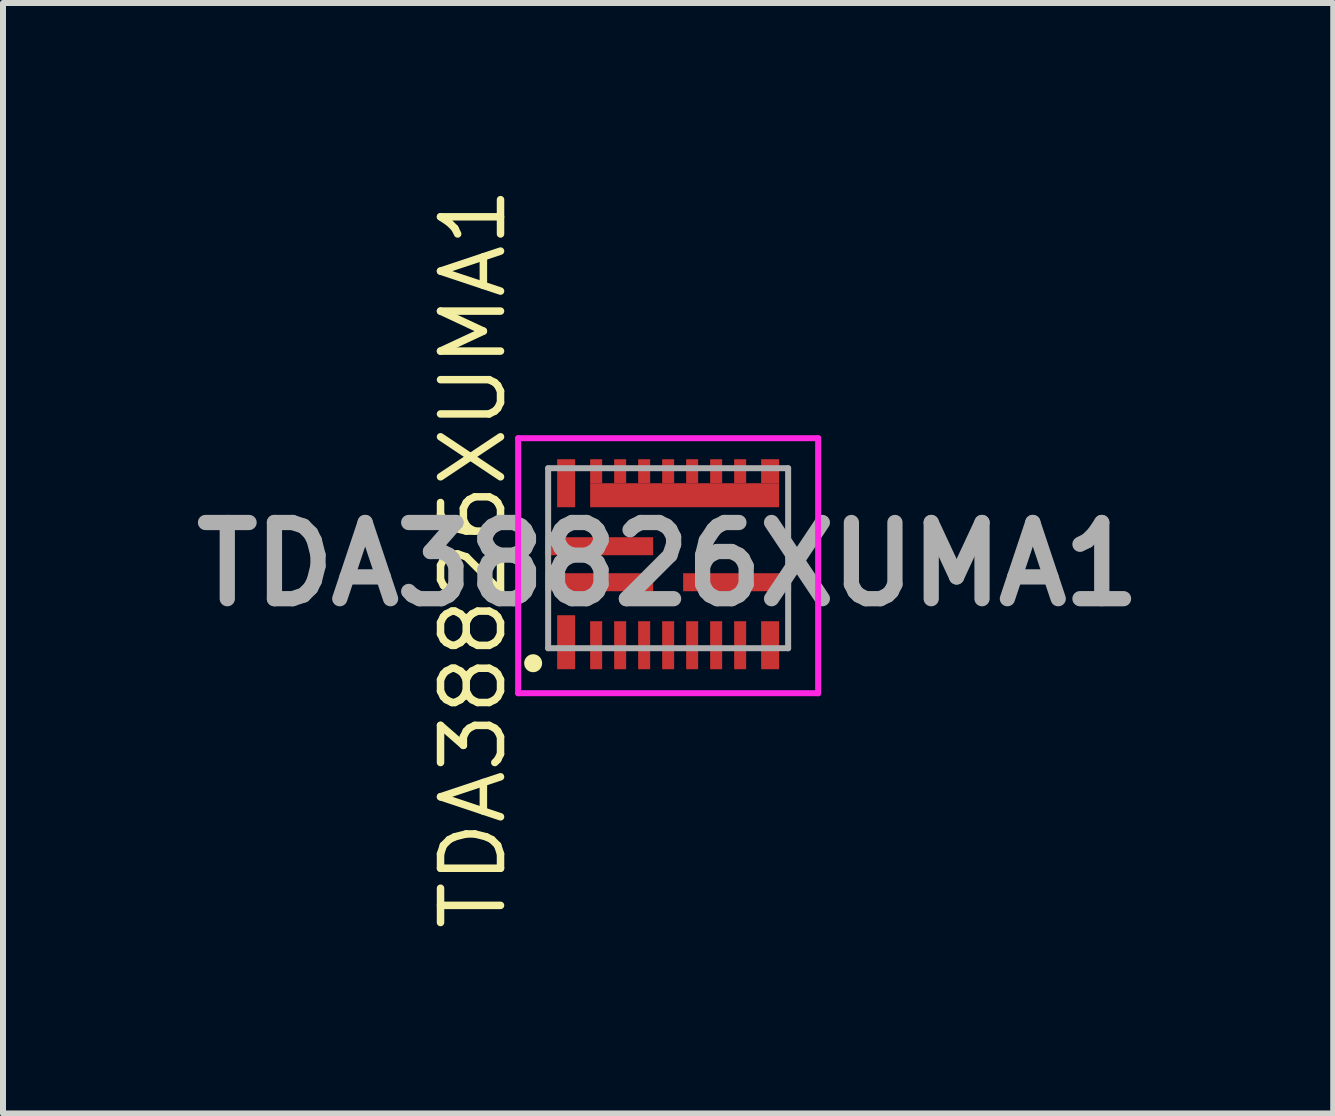
<source format=kicad_pcb>
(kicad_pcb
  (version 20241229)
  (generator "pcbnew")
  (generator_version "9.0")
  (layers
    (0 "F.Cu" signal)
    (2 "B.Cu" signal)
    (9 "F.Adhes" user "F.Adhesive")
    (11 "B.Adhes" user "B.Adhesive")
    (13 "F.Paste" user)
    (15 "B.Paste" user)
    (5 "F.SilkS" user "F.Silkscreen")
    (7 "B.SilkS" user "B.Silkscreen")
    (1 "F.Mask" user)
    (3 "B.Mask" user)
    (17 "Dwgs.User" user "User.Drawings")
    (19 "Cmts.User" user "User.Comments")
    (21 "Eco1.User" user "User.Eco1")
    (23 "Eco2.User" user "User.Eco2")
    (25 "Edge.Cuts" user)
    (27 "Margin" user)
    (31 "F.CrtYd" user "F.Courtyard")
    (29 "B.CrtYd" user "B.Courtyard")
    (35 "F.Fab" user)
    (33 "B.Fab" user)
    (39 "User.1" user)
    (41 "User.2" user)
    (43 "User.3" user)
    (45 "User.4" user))
  (footprint "TDA38826XUMA1"
    (layer "F.Cu")
    (at 8.086 6.254)
    (property "Reference" "TDA38826XUMA1" (at -3.25 0 90) (layer "F.SilkS") (effects (font (size 1 1) (thickness 0.125))))
    (attr smd)
    (fp_circle (center -2.25 1.75) (end -2.1 1.75) (stroke (width 0) (type solid)) (fill yes) (layer "F.SilkS"))
    (fp_line (start -2.5 -2) (end 2.5 -2) (stroke (width 0.1) (type solid)) (layer "F.CrtYd"))
    (fp_line (start -2.5 2.25) (end -2.5 -2) (stroke (width 0.1) (type solid)) (layer "F.CrtYd"))
    (fp_line (start 2.5 -2) (end 2.5 2.25) (stroke (width 0.1) (type solid)) (layer "F.CrtYd"))
    (fp_line (start 2.5 2.25) (end -2.5 2.25) (stroke (width 0.1) (type solid)) (layer "F.CrtYd"))
    (fp_line (start -2 -1.5) (end 2 -1.5) (stroke (width 0.1) (type solid)) (layer "F.Fab"))
    (fp_line (start -2 1.5) (end -2 -1.5) (stroke (width 0.1) (type solid)) (layer "F.Fab"))
    (fp_line (start 2 -1.5) (end 2 1.5) (stroke (width 0.1) (type solid)) (layer "F.Fab"))
    (fp_line (start 2 1.5) (end -2 1.5) (stroke (width 0.1) (type solid)) (layer "F.Fab"))
    (fp_text user "${REFERENCE}" (at 0 0.1 0) (layer "F.Fab") (effects (font (size 1.27 1.27) (thickness 0.254))))
    (pad "1" smd rect (at -1.7 1.4) (size 0.3 0.9) (layers "F.Cu" "F.Mask" "F.Paste"))
    (pad "2" smd rect (at -1.2 1.45) (size 0.2 0.8) (layers "F.Cu" "F.Mask" "F.Paste"))
    (pad "3" smd rect (at -0.8 1.45) (size 0.2 0.8) (layers "F.Cu" "F.Mask" "F.Paste"))
    (pad "4" smd rect (at -0.4 1.45) (size 0.2 0.8) (layers "F.Cu" "F.Mask" "F.Paste"))
    (pad "5" smd rect (at 0 1.45) (size 0.2 0.8) (layers "F.Cu" "F.Mask" "F.Paste"))
    (pad "6" smd rect (at 0.4 1.45) (size 0.2 0.8) (layers "F.Cu" "F.Mask" "F.Paste"))
    (pad "7" smd rect (at 0.8 1.45) (size 0.2 0.8) (layers "F.Cu" "F.Mask" "F.Paste"))
    (pad "8" smd rect (at 1.2 1.45) (size 0.2 0.8) (layers "F.Cu" "F.Mask" "F.Paste"))
    (pad "9" smd rect (at 1.7 1.45) (size 0.3 0.8) (layers "F.Cu" "F.Mask" "F.Paste"))
    (pad "10" smd rect (at 1.15 0.4 90) (size 0.3 1.8) (layers "F.Cu" "F.Mask" "F.Paste"))
    (pad "11" smd rect (at 1.7 -1.45) (size 0.3 0.4) (layers "F.Cu" "F.Mask" "F.Paste"))
    (pad "12" smd rect (at 1.2 -1.45) (size 0.2 0.4) (layers "F.Cu" "F.Mask" "F.Paste"))
    (pad "13" smd rect (at 0.8 -1.45) (size 0.2 0.4) (layers "F.Cu" "F.Mask" "F.Paste"))
    (pad "14" smd rect (at 0.4 -1.45) (size 0.2 0.4) (layers "F.Cu" "F.Mask" "F.Paste"))
    (pad "15" smd rect (at 0 -1.45) (size 0.2 0.4) (layers "F.Cu" "F.Mask" "F.Paste"))
    (pad "16" smd rect (at -0.4 -1.45) (size 0.2 0.4) (layers "F.Cu" "F.Mask" "F.Paste"))
    (pad "17" smd rect (at -0.8 -1.45) (size 0.2 0.4) (layers "F.Cu" "F.Mask" "F.Paste"))
    (pad "18" smd rect (at -1.2 -1.45) (size 0.2 0.4) (layers "F.Cu" "F.Mask" "F.Paste"))
    (pad "19" smd rect (at -1.7 -1.25) (size 0.3 0.8) (layers "F.Cu" "F.Mask" "F.Paste"))
    (pad "20" smd rect (at -1.15 -0.2 90) (size 0.3 1.8) (layers "F.Cu" "F.Mask" "F.Paste"))
    (pad "21" smd rect (at -1.15 0.4 90) (size 0.3 1.8) (layers "F.Cu" "F.Mask" "F.Paste"))
    (pad "22" smd rect (at 0.275 -1.05 90) (size 0.4 3.15) (layers "F.Cu" "F.Mask" "F.Paste")))
  (gr_rect
    (start -3 -3)
    (end 19.171 15.508)
    (stroke (width 0.1) (type default))
    (fill no)
    (layer "Edge.Cuts")))
</source>
